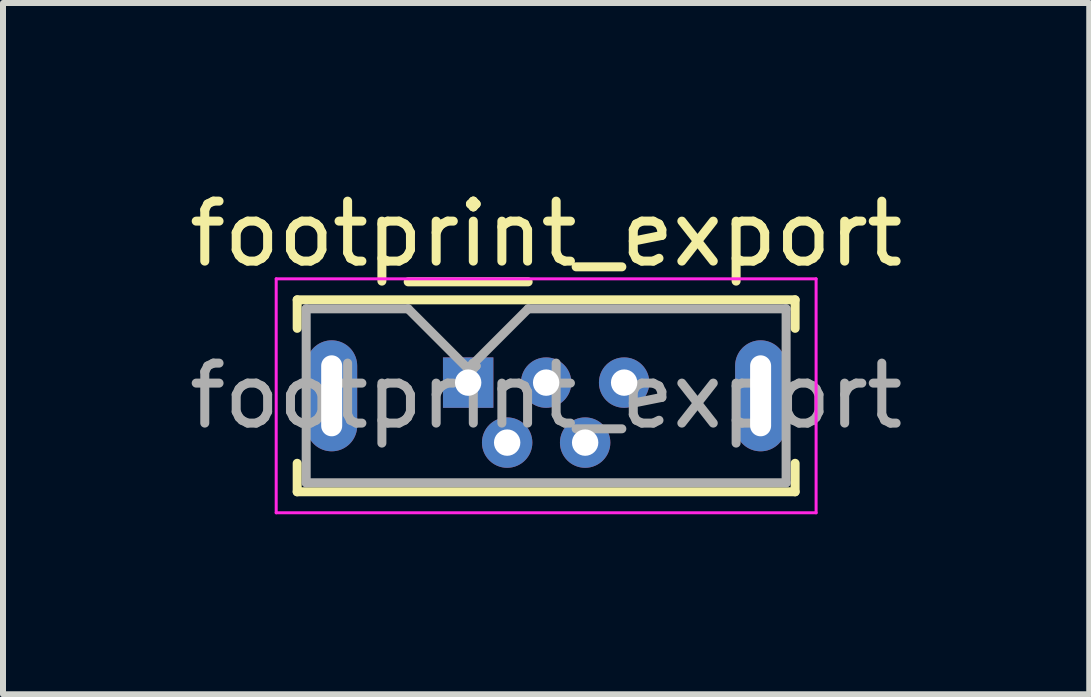
<source format=kicad_pcb>
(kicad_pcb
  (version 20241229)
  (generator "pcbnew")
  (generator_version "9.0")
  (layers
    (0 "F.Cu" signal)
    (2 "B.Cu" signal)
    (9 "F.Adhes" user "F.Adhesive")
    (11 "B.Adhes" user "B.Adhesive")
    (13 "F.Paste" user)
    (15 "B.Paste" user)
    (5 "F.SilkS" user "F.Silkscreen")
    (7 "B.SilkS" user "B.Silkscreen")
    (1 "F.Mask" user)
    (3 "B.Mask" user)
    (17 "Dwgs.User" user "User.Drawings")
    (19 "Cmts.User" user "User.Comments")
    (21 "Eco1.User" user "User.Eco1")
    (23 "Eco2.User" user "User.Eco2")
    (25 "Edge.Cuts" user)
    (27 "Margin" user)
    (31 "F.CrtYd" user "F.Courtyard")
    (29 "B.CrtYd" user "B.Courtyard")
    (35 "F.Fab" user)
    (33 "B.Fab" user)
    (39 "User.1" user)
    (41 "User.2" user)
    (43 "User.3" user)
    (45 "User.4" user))
  (footprint "footprint_export"
    (layer "F.Cu")
    (at 4.754 3.328)
    (property "Reference" "footprint_export" (at 1.3 -2.48 0) (layer "F.SilkS") (effects (font (size 1 1) (thickness 0.15))))
    (attr through_hole)
    (fp_line (start -2.85 -1.38) (end 5.45 -1.38) (stroke (width 0.15) (type solid)) (layer "F.SilkS"))
    (fp_line (start -2.85 -0.905) (end -2.85 -1.38) (stroke (width 0.15) (type solid)) (layer "F.SilkS"))
    (fp_line (start -2.85 1.345) (end -2.85 1.82) (stroke (width 0.15) (type solid)) (layer "F.SilkS"))
    (fp_line (start -2.85 1.82) (end 5.45 1.82) (stroke (width 0.15) (type solid)) (layer "F.SilkS"))
    (fp_line (start -1 -1.68) (end 1 -1.68) (stroke (width 0.15) (type solid)) (layer "F.SilkS"))
    (fp_line (start 5.45 -1.38) (end 5.45 -0.905) (stroke (width 0.15) (type solid)) (layer "F.SilkS"))
    (fp_line (start 5.45 1.82) (end 5.45 1.345) (stroke (width 0.15) (type solid)) (layer "F.SilkS"))
    (fp_line (start -3.2 -1.73) (end -3.2 2.17) (stroke (width 0.05) (type solid)) (layer "F.CrtYd"))
    (fp_line (start -3.2 2.17) (end 5.8 2.17) (stroke (width 0.05) (type solid)) (layer "F.CrtYd"))
    (fp_line (start 5.8 -1.73) (end -3.2 -1.73) (stroke (width 0.05) (type solid)) (layer "F.CrtYd"))
    (fp_line (start 5.8 2.17) (end 5.8 -1.73) (stroke (width 0.05) (type solid)) (layer "F.CrtYd"))
    (fp_line (start -2.7 -1.23) (end -1 -1.23) (stroke (width 0.15) (type solid)) (layer "F.Fab"))
    (fp_line (start -2.7 1.67) (end -2.7 -1.23) (stroke (width 0.15) (type solid)) (layer "F.Fab"))
    (fp_line (start -1 -1.23) (end 0 -0.23) (stroke (width 0.15) (type solid)) (layer "F.Fab"))
    (fp_line (start 0 -0.23) (end 1 -1.23) (stroke (width 0.15) (type solid)) (layer "F.Fab"))
    (fp_line (start 1 -1.23) (end 5.3 -1.23) (stroke (width 0.15) (type solid)) (layer "F.Fab"))
    (fp_line (start 5.3 -1.23) (end 5.3 1.67) (stroke (width 0.15) (type solid)) (layer "F.Fab"))
    (fp_line (start 5.3 1.67) (end -2.7 1.67) (stroke (width 0.15) (type solid)) (layer "F.Fab"))
    (fp_text user "${REFERENCE}" (at 1.3 0.22 0) (layer "F.Fab") (effects (font (size 1 1) (thickness 0.15))))
    (pad "1" thru_hole rect (at 0 0) (size 0.84 0.84) (drill 0.44) (layers "*.Cu" "*.Mask"))
    (pad "2" thru_hole circle (at 0.65 1) (size 0.84 0.84) (drill 0.44) (layers "*.Cu" "*.Mask"))
    (pad "3" thru_hole circle (at 1.3 0) (size 0.84 0.84) (drill 0.44) (layers "*.Cu" "*.Mask"))
    (pad "4" thru_hole circle (at 1.95 1) (size 0.84 0.84) (drill 0.44) (layers "*.Cu" "*.Mask"))
    (pad "5" thru_hole circle (at 2.6 0) (size 0.84 0.84) (drill 0.44) (layers "*.Cu" "*.Mask"))
    (pad "6" thru_hole oval (at -2.275 0.22) (size 0.85 1.85) (drill oval 0.35 1.35) (layers "*.Cu" "*.Mask"))
    (pad "6" thru_hole oval (at 4.875 0.22) (size 0.85 1.85) (drill oval 0.35 1.35) (layers "*.Cu" "*.Mask")))
  (gr_rect
    (start -3 -3)
    (end 15.107 8.523)
    (stroke (width 0.1) (type default))
    (fill no)
    (layer "Edge.Cuts")))
</source>
